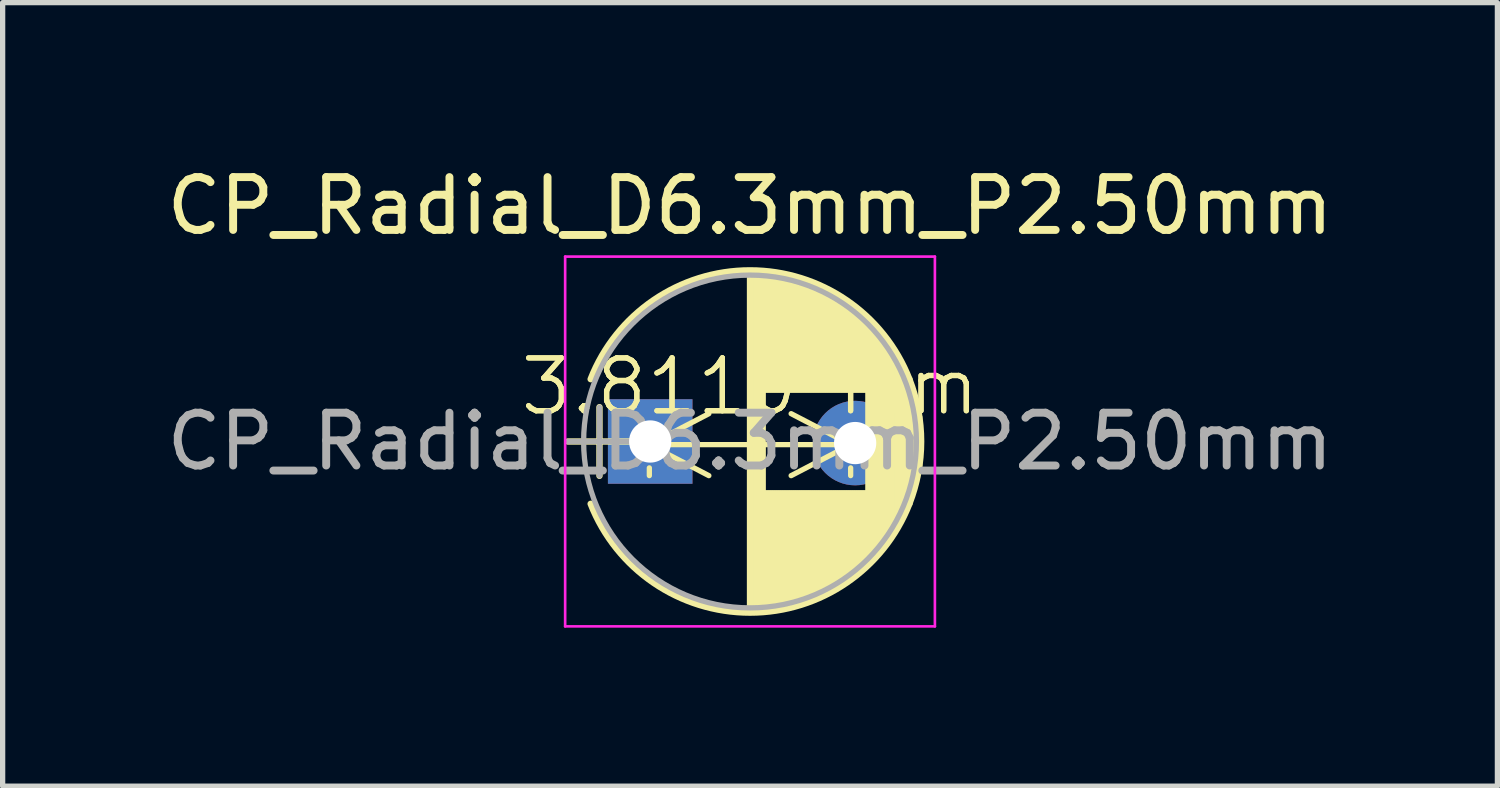
<source format=kicad_pcb>
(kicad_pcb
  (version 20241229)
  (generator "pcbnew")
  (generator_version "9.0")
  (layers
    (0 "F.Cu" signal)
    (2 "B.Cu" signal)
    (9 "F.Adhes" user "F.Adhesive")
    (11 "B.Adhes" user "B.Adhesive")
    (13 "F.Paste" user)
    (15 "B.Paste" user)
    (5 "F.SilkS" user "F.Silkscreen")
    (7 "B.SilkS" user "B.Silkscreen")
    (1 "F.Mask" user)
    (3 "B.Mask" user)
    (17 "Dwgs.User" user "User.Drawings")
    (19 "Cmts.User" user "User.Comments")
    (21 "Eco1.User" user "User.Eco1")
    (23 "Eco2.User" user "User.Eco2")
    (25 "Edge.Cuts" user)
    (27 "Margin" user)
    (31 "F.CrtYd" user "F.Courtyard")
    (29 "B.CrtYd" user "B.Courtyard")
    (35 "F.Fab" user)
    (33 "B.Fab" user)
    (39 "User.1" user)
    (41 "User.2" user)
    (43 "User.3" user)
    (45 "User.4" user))
  (footprint "CP_Radial_D6.3mm_P2.50mm"
    (layer "F.Cu")
    (at 9.899 5.308)
    (property "Reference" "CP_Radial_D6.3mm_P2.50mm" (at 1.25 -4.46 0) (layer "F.SilkS") (effects (font (size 1 1) (thickness 0.15))))
    (attr through_hole)
    (fp_line (start -2.2 0) (end -1 0) (stroke (width 0.12) (type solid)) (layer "F.SilkS"))
    (fp_line (start -1.6 -0.65) (end -1.6 0.65) (stroke (width 0.12) (type solid)) (layer "F.SilkS"))
    (fp_line (start 1.25 -3.2) (end 1.25 3.2) (stroke (width 0.12) (type solid)) (layer "F.SilkS"))
    (fp_line (start 1.29 -3.2) (end 1.29 3.2) (stroke (width 0.12) (type solid)) (layer "F.SilkS"))
    (fp_line (start 1.33 -3.2) (end 1.33 3.2) (stroke (width 0.12) (type solid)) (layer "F.SilkS"))
    (fp_line (start 1.37 -3.198) (end 1.37 3.198) (stroke (width 0.12) (type solid)) (layer "F.SilkS"))
    (fp_line (start 1.41 -3.197) (end 1.41 3.197) (stroke (width 0.12) (type solid)) (layer "F.SilkS"))
    (fp_line (start 1.45 -3.194) (end 1.45 3.194) (stroke (width 0.12) (type solid)) (layer "F.SilkS"))
    (fp_line (start 1.49 -3.192) (end 1.49 3.192) (stroke (width 0.12) (type solid)) (layer "F.SilkS"))
    (fp_line (start 1.53 -3.188) (end 1.53 -0.98) (stroke (width 0.12) (type solid)) (layer "F.SilkS"))
    (fp_line (start 1.53 0.98) (end 1.53 3.188) (stroke (width 0.12) (type solid)) (layer "F.SilkS"))
    (fp_line (start 1.57 -3.185) (end 1.57 -0.98) (stroke (width 0.12) (type solid)) (layer "F.SilkS"))
    (fp_line (start 1.57 0.98) (end 1.57 3.185) (stroke (width 0.12) (type solid)) (layer "F.SilkS"))
    (fp_line (start 1.61 -3.18) (end 1.61 -0.98) (stroke (width 0.12) (type solid)) (layer "F.SilkS"))
    (fp_line (start 1.61 0.98) (end 1.61 3.18) (stroke (width 0.12) (type solid)) (layer "F.SilkS"))
    (fp_line (start 1.65 -3.176) (end 1.65 -0.98) (stroke (width 0.12) (type solid)) (layer "F.SilkS"))
    (fp_line (start 1.65 0.98) (end 1.65 3.176) (stroke (width 0.12) (type solid)) (layer "F.SilkS"))
    (fp_line (start 1.69 -3.17) (end 1.69 -0.98) (stroke (width 0.12) (type solid)) (layer "F.SilkS"))
    (fp_line (start 1.69 0.98) (end 1.69 3.17) (stroke (width 0.12) (type solid)) (layer "F.SilkS"))
    (fp_line (start 1.73 -3.165) (end 1.73 -0.98) (stroke (width 0.12) (type solid)) (layer "F.SilkS"))
    (fp_line (start 1.73 0.98) (end 1.73 3.165) (stroke (width 0.12) (type solid)) (layer "F.SilkS"))
    (fp_line (start 1.77 -3.158) (end 1.77 -0.98) (stroke (width 0.12) (type solid)) (layer "F.SilkS"))
    (fp_line (start 1.77 0.98) (end 1.77 3.158) (stroke (width 0.12) (type solid)) (layer "F.SilkS"))
    (fp_line (start 1.81 -3.152) (end 1.81 -0.98) (stroke (width 0.12) (type solid)) (layer "F.SilkS"))
    (fp_line (start 1.81 0.98) (end 1.81 3.152) (stroke (width 0.12) (type solid)) (layer "F.SilkS"))
    (fp_line (start 1.85 -3.144) (end 1.85 -0.98) (stroke (width 0.12) (type solid)) (layer "F.SilkS"))
    (fp_line (start 1.85 0.98) (end 1.85 3.144) (stroke (width 0.12) (type solid)) (layer "F.SilkS"))
    (fp_line (start 1.89 -3.137) (end 1.89 -0.98) (stroke (width 0.12) (type solid)) (layer "F.SilkS"))
    (fp_line (start 1.89 0.98) (end 1.89 3.137) (stroke (width 0.12) (type solid)) (layer "F.SilkS"))
    (fp_line (start 1.93 -3.128) (end 1.93 -0.98) (stroke (width 0.12) (type solid)) (layer "F.SilkS"))
    (fp_line (start 1.93 0.98) (end 1.93 3.128) (stroke (width 0.12) (type solid)) (layer "F.SilkS"))
    (fp_line (start 1.971 -3.119) (end 1.971 -0.98) (stroke (width 0.12) (type solid)) (layer "F.SilkS"))
    (fp_line (start 1.971 0.98) (end 1.971 3.119) (stroke (width 0.12) (type solid)) (layer "F.SilkS"))
    (fp_line (start 2.011 -3.11) (end 2.011 -0.98) (stroke (width 0.12) (type solid)) (layer "F.SilkS"))
    (fp_line (start 2.011 0.98) (end 2.011 3.11) (stroke (width 0.12) (type solid)) (layer "F.SilkS"))
    (fp_line (start 2.051 -3.1) (end 2.051 -0.98) (stroke (width 0.12) (type solid)) (layer "F.SilkS"))
    (fp_line (start 2.051 0.98) (end 2.051 3.1) (stroke (width 0.12) (type solid)) (layer "F.SilkS"))
    (fp_line (start 2.091 -3.09) (end 2.091 -0.98) (stroke (width 0.12) (type solid)) (layer "F.SilkS"))
    (fp_line (start 2.091 0.98) (end 2.091 3.09) (stroke (width 0.12) (type solid)) (layer "F.SilkS"))
    (fp_line (start 2.131 -3.079) (end 2.131 -0.98) (stroke (width 0.12) (type solid)) (layer "F.SilkS"))
    (fp_line (start 2.131 0.98) (end 2.131 3.079) (stroke (width 0.12) (type solid)) (layer "F.SilkS"))
    (fp_line (start 2.171 -3.067) (end 2.171 -0.98) (stroke (width 0.12) (type solid)) (layer "F.SilkS"))
    (fp_line (start 2.171 0.98) (end 2.171 3.067) (stroke (width 0.12) (type solid)) (layer "F.SilkS"))
    (fp_line (start 2.211 -3.055) (end 2.211 -0.98) (stroke (width 0.12) (type solid)) (layer "F.SilkS"))
    (fp_line (start 2.211 0.98) (end 2.211 3.055) (stroke (width 0.12) (type solid)) (layer "F.SilkS"))
    (fp_line (start 2.251 -3.042) (end 2.251 -0.98) (stroke (width 0.12) (type solid)) (layer "F.SilkS"))
    (fp_line (start 2.251 0.98) (end 2.251 3.042) (stroke (width 0.12) (type solid)) (layer "F.SilkS"))
    (fp_line (start 2.291 -3.029) (end 2.291 -0.98) (stroke (width 0.12) (type solid)) (layer "F.SilkS"))
    (fp_line (start 2.291 0.98) (end 2.291 3.029) (stroke (width 0.12) (type solid)) (layer "F.SilkS"))
    (fp_line (start 2.331 -3.015) (end 2.331 -0.98) (stroke (width 0.12) (type solid)) (layer "F.SilkS"))
    (fp_line (start 2.331 0.98) (end 2.331 3.015) (stroke (width 0.12) (type solid)) (layer "F.SilkS"))
    (fp_line (start 2.371 -3.001) (end 2.371 -0.98) (stroke (width 0.12) (type solid)) (layer "F.SilkS"))
    (fp_line (start 2.371 0.98) (end 2.371 3.001) (stroke (width 0.12) (type solid)) (layer "F.SilkS"))
    (fp_line (start 2.411 -2.986) (end 2.411 -0.98) (stroke (width 0.12) (type solid)) (layer "F.SilkS"))
    (fp_line (start 2.411 0.98) (end 2.411 2.986) (stroke (width 0.12) (type solid)) (layer "F.SilkS"))
    (fp_line (start 2.451 -2.97) (end 2.451 -0.98) (stroke (width 0.12) (type solid)) (layer "F.SilkS"))
    (fp_line (start 2.451 0.98) (end 2.451 2.97) (stroke (width 0.12) (type solid)) (layer "F.SilkS"))
    (fp_line (start 2.491 -2.954) (end 2.491 -0.98) (stroke (width 0.12) (type solid)) (layer "F.SilkS"))
    (fp_line (start 2.491 0.98) (end 2.491 2.954) (stroke (width 0.12) (type solid)) (layer "F.SilkS"))
    (fp_line (start 2.531 -2.937) (end 2.531 -0.98) (stroke (width 0.12) (type solid)) (layer "F.SilkS"))
    (fp_line (start 2.531 0.98) (end 2.531 2.937) (stroke (width 0.12) (type solid)) (layer "F.SilkS"))
    (fp_line (start 2.571 -2.919) (end 2.571 -0.98) (stroke (width 0.12) (type solid)) (layer "F.SilkS"))
    (fp_line (start 2.571 0.98) (end 2.571 2.919) (stroke (width 0.12) (type solid)) (layer "F.SilkS"))
    (fp_line (start 2.611 -2.901) (end 2.611 -0.98) (stroke (width 0.12) (type solid)) (layer "F.SilkS"))
    (fp_line (start 2.611 0.98) (end 2.611 2.901) (stroke (width 0.12) (type solid)) (layer "F.SilkS"))
    (fp_line (start 2.651 -2.882) (end 2.651 -0.98) (stroke (width 0.12) (type solid)) (layer "F.SilkS"))
    (fp_line (start 2.651 0.98) (end 2.651 2.882) (stroke (width 0.12) (type solid)) (layer "F.SilkS"))
    (fp_line (start 2.691 -2.863) (end 2.691 -0.98) (stroke (width 0.12) (type solid)) (layer "F.SilkS"))
    (fp_line (start 2.691 0.98) (end 2.691 2.863) (stroke (width 0.12) (type solid)) (layer "F.SilkS"))
    (fp_line (start 2.731 -2.843) (end 2.731 -0.98) (stroke (width 0.12) (type solid)) (layer "F.SilkS"))
    (fp_line (start 2.731 0.98) (end 2.731 2.843) (stroke (width 0.12) (type solid)) (layer "F.SilkS"))
    (fp_line (start 2.771 -2.822) (end 2.771 -0.98) (stroke (width 0.12) (type solid)) (layer "F.SilkS"))
    (fp_line (start 2.771 0.98) (end 2.771 2.822) (stroke (width 0.12) (type solid)) (layer "F.SilkS"))
    (fp_line (start 2.811 -2.8) (end 2.811 -0.98) (stroke (width 0.12) (type solid)) (layer "F.SilkS"))
    (fp_line (start 2.811 0.98) (end 2.811 2.8) (stroke (width 0.12) (type solid)) (layer "F.SilkS"))
    (fp_line (start 2.851 -2.778) (end 2.851 -0.98) (stroke (width 0.12) (type solid)) (layer "F.SilkS"))
    (fp_line (start 2.851 0.98) (end 2.851 2.778) (stroke (width 0.12) (type solid)) (layer "F.SilkS"))
    (fp_line (start 2.891 -2.755) (end 2.891 -0.98) (stroke (width 0.12) (type solid)) (layer "F.SilkS"))
    (fp_line (start 2.891 0.98) (end 2.891 2.755) (stroke (width 0.12) (type solid)) (layer "F.SilkS"))
    (fp_line (start 2.931 -2.731) (end 2.931 -0.98) (stroke (width 0.12) (type solid)) (layer "F.SilkS"))
    (fp_line (start 2.931 0.98) (end 2.931 2.731) (stroke (width 0.12) (type solid)) (layer "F.SilkS"))
    (fp_line (start 2.971 -2.706) (end 2.971 -0.98) (stroke (width 0.12) (type solid)) (layer "F.SilkS"))
    (fp_line (start 2.971 0.98) (end 2.971 2.706) (stroke (width 0.12) (type solid)) (layer "F.SilkS"))
    (fp_line (start 3.011 -2.681) (end 3.011 -0.98) (stroke (width 0.12) (type solid)) (layer "F.SilkS"))
    (fp_line (start 3.011 0.98) (end 3.011 2.681) (stroke (width 0.12) (type solid)) (layer "F.SilkS"))
    (fp_line (start 3.051 -2.654) (end 3.051 -0.98) (stroke (width 0.12) (type solid)) (layer "F.SilkS"))
    (fp_line (start 3.051 0.98) (end 3.051 2.654) (stroke (width 0.12) (type solid)) (layer "F.SilkS"))
    (fp_line (start 3.091 -2.627) (end 3.091 -0.98) (stroke (width 0.12) (type solid)) (layer "F.SilkS"))
    (fp_line (start 3.091 0.98) (end 3.091 2.627) (stroke (width 0.12) (type solid)) (layer "F.SilkS"))
    (fp_line (start 3.131 -2.599) (end 3.131 -0.98) (stroke (width 0.12) (type solid)) (layer "F.SilkS"))
    (fp_line (start 3.131 0.98) (end 3.131 2.599) (stroke (width 0.12) (type solid)) (layer "F.SilkS"))
    (fp_line (start 3.171 -2.57) (end 3.171 -0.98) (stroke (width 0.12) (type solid)) (layer "F.SilkS"))
    (fp_line (start 3.171 0.98) (end 3.171 2.57) (stroke (width 0.12) (type solid)) (layer "F.SilkS"))
    (fp_line (start 3.211 -2.54) (end 3.211 -0.98) (stroke (width 0.12) (type solid)) (layer "F.SilkS"))
    (fp_line (start 3.211 0.98) (end 3.211 2.54) (stroke (width 0.12) (type solid)) (layer "F.SilkS"))
    (fp_line (start 3.251 -2.51) (end 3.251 -0.98) (stroke (width 0.12) (type solid)) (layer "F.SilkS"))
    (fp_line (start 3.251 0.98) (end 3.251 2.51) (stroke (width 0.12) (type solid)) (layer "F.SilkS"))
    (fp_line (start 3.291 -2.478) (end 3.291 -0.98) (stroke (width 0.12) (type solid)) (layer "F.SilkS"))
    (fp_line (start 3.291 0.98) (end 3.291 2.478) (stroke (width 0.12) (type solid)) (layer "F.SilkS"))
    (fp_line (start 3.331 -2.445) (end 3.331 -0.98) (stroke (width 0.12) (type solid)) (layer "F.SilkS"))
    (fp_line (start 3.331 0.98) (end 3.331 2.445) (stroke (width 0.12) (type solid)) (layer "F.SilkS"))
    (fp_line (start 3.371 -2.411) (end 3.371 -0.98) (stroke (width 0.12) (type solid)) (layer "F.SilkS"))
    (fp_line (start 3.371 0.98) (end 3.371 2.411) (stroke (width 0.12) (type solid)) (layer "F.SilkS"))
    (fp_line (start 3.411 -2.375) (end 3.411 -0.98) (stroke (width 0.12) (type solid)) (layer "F.SilkS"))
    (fp_line (start 3.411 0.98) (end 3.411 2.375) (stroke (width 0.12) (type solid)) (layer "F.SilkS"))
    (fp_line (start 3.451 -2.339) (end 3.451 -0.98) (stroke (width 0.12) (type solid)) (layer "F.SilkS"))
    (fp_line (start 3.451 0.98) (end 3.451 2.339) (stroke (width 0.12) (type solid)) (layer "F.SilkS"))
    (fp_line (start 3.491 -2.301) (end 3.491 2.301) (stroke (width 0.12) (type solid)) (layer "F.SilkS"))
    (fp_line (start 3.531 -2.262) (end 3.531 2.262) (stroke (width 0.12) (type solid)) (layer "F.SilkS"))
    (fp_line (start 3.571 -2.222) (end 3.571 2.222) (stroke (width 0.12) (type solid)) (layer "F.SilkS"))
    (fp_line (start 3.611 -2.18) (end 3.611 2.18) (stroke (width 0.12) (type solid)) (layer "F.SilkS"))
    (fp_line (start 3.651 -2.137) (end 3.651 2.137) (stroke (width 0.12) (type solid)) (layer "F.SilkS"))
    (fp_line (start 3.691 -2.092) (end 3.691 2.092) (stroke (width 0.12) (type solid)) (layer "F.SilkS"))
    (fp_line (start 3.731 -2.045) (end 3.731 2.045) (stroke (width 0.12) (type solid)) (layer "F.SilkS"))
    (fp_line (start 3.771 -1.997) (end 3.771 1.997) (stroke (width 0.12) (type solid)) (layer "F.SilkS"))
    (fp_line (start 3.811 -1.946) (end 3.811 1.946) (stroke (width 0.12) (type solid)) (layer "F.SilkS"))
    (fp_line (start 3.851 -1.894) (end 3.851 1.894) (stroke (width 0.12) (type solid)) (layer "F.SilkS"))
    (fp_line (start 3.891 -1.839) (end 3.891 1.839) (stroke (width 0.12) (type solid)) (layer "F.SilkS"))
    (fp_line (start 3.931 -1.781) (end 3.931 1.781) (stroke (width 0.12) (type solid)) (layer "F.SilkS"))
    (fp_line (start 3.971 -1.721) (end 3.971 1.721) (stroke (width 0.12) (type solid)) (layer "F.SilkS"))
    (fp_line (start 4.011 -1.658) (end 4.011 1.658) (stroke (width 0.12) (type solid)) (layer "F.SilkS"))
    (fp_line (start 4.051 -1.591) (end 4.051 1.591) (stroke (width 0.12) (type solid)) (layer "F.SilkS"))
    (fp_line (start 4.091 -1.52) (end 4.091 1.52) (stroke (width 0.12) (type solid)) (layer "F.SilkS"))
    (fp_line (start 4.131 -1.445) (end 4.131 1.445) (stroke (width 0.12) (type solid)) (layer "F.SilkS"))
    (fp_line (start 4.171 -1.364) (end 4.171 1.364) (stroke (width 0.12) (type solid)) (layer "F.SilkS"))
    (fp_line (start 4.211 -1.278) (end 4.211 1.278) (stroke (width 0.12) (type solid)) (layer "F.SilkS"))
    (fp_line (start 4.251 -1.184) (end 4.251 1.184) (stroke (width 0.12) (type solid)) (layer "F.SilkS"))
    (fp_line (start 4.291 -1.081) (end 4.291 1.081) (stroke (width 0.12) (type solid)) (layer "F.SilkS"))
    (fp_line (start 4.331 -0.966) (end 4.331 0.966) (stroke (width 0.12) (type solid)) (layer "F.SilkS"))
    (fp_line (start 4.371 -0.834) (end 4.371 0.834) (stroke (width 0.12) (type solid)) (layer "F.SilkS"))
    (fp_line (start 4.411 -0.676) (end 4.411 0.676) (stroke (width 0.12) (type solid)) (layer "F.SilkS"))
    (fp_line (start 4.451 -0.468) (end 4.451 0.468) (stroke (width 0.12) (type solid)) (layer "F.SilkS"))
    (fp_arc (start -1.767482 -1.18) (mid 1.250464 -3.24) (end 4.26782 -1.179135) (stroke (width 0.12) (type solid)) (layer "F.SilkS"))
    (fp_arc (start 4.267482 -1.18) (mid 4.49 -0.000464) (end 4.26782 1.179135) (stroke (width 0.12) (type solid)) (layer "F.SilkS"))
    (fp_arc (start 4.26782 1.179135) (mid 1.250464 3.239999) (end -1.767482 1.18) (stroke (width 0.12) (type solid)) (layer "F.SilkS"))
    (fp_line (start -2.25 -3.5) (end -2.25 3.5) (stroke (width 0.05) (type solid)) (layer "F.CrtYd"))
    (fp_line (start -2.25 3.5) (end 4.75 3.5) (stroke (width 0.05) (type solid)) (layer "F.CrtYd"))
    (fp_line (start 4.75 -3.5) (end -2.25 -3.5) (stroke (width 0.05) (type solid)) (layer "F.CrtYd"))
    (fp_line (start 4.75 3.5) (end 4.75 -3.5) (stroke (width 0.05) (type solid)) (layer "F.CrtYd"))
    (fp_line (start -2.2 0) (end -1 0) (stroke (width 0.1) (type solid)) (layer "F.Fab"))
    (fp_line (start -1.6 -0.65) (end -1.6 0.65) (stroke (width 0.1) (type solid)) (layer "F.Fab"))
    (fp_circle (center 1.25 0) (end 4.4 0) (stroke (width 0.1) (type solid)) (fill no) (layer "F.Fab"))
    (fp_text user "${REFERENCE}" (at 1.25 0 0) (layer "F.Fab") (effects (font (size 1 1) (thickness 0.15))))
    (dimension (type aligned) (layer "F.SilkS") (pts (xy 9.243 5.308) (xy 13.054 5.308)) (height 0.06) (format (prefix "") (suffix "") (units 3) (units_format 1) (precision 4)) (style (thickness 0.1) (arrow_length 1.27) (text_position_mode 0) (arrow_direction outward) (extension_height 0.586) (extension_offset 0.5) (keep_text_aligned yes)) (gr_text "3.8110 mm" (at 11.149 4.268 0) (layer "F.SilkS") (effects (font (size 1 1) (thickness 0.1)))))
    (pad "1" thru_hole rect (at -0.64 0) (size 1.6 1.6) (drill 0.8) (layers "*.Cu" "*.Mask"))
    (pad "2" thru_hole circle (at 3.24 0.03) (size 1.6 1.6) (drill 0.8) (layers "*.Cu" "*.Mask")))
  (gr_rect
    (start -3 -3)
    (end 25.298 11.833)
    (stroke (width 0.1) (type default))
    (fill no)
    (layer "Edge.Cuts")))
</source>
